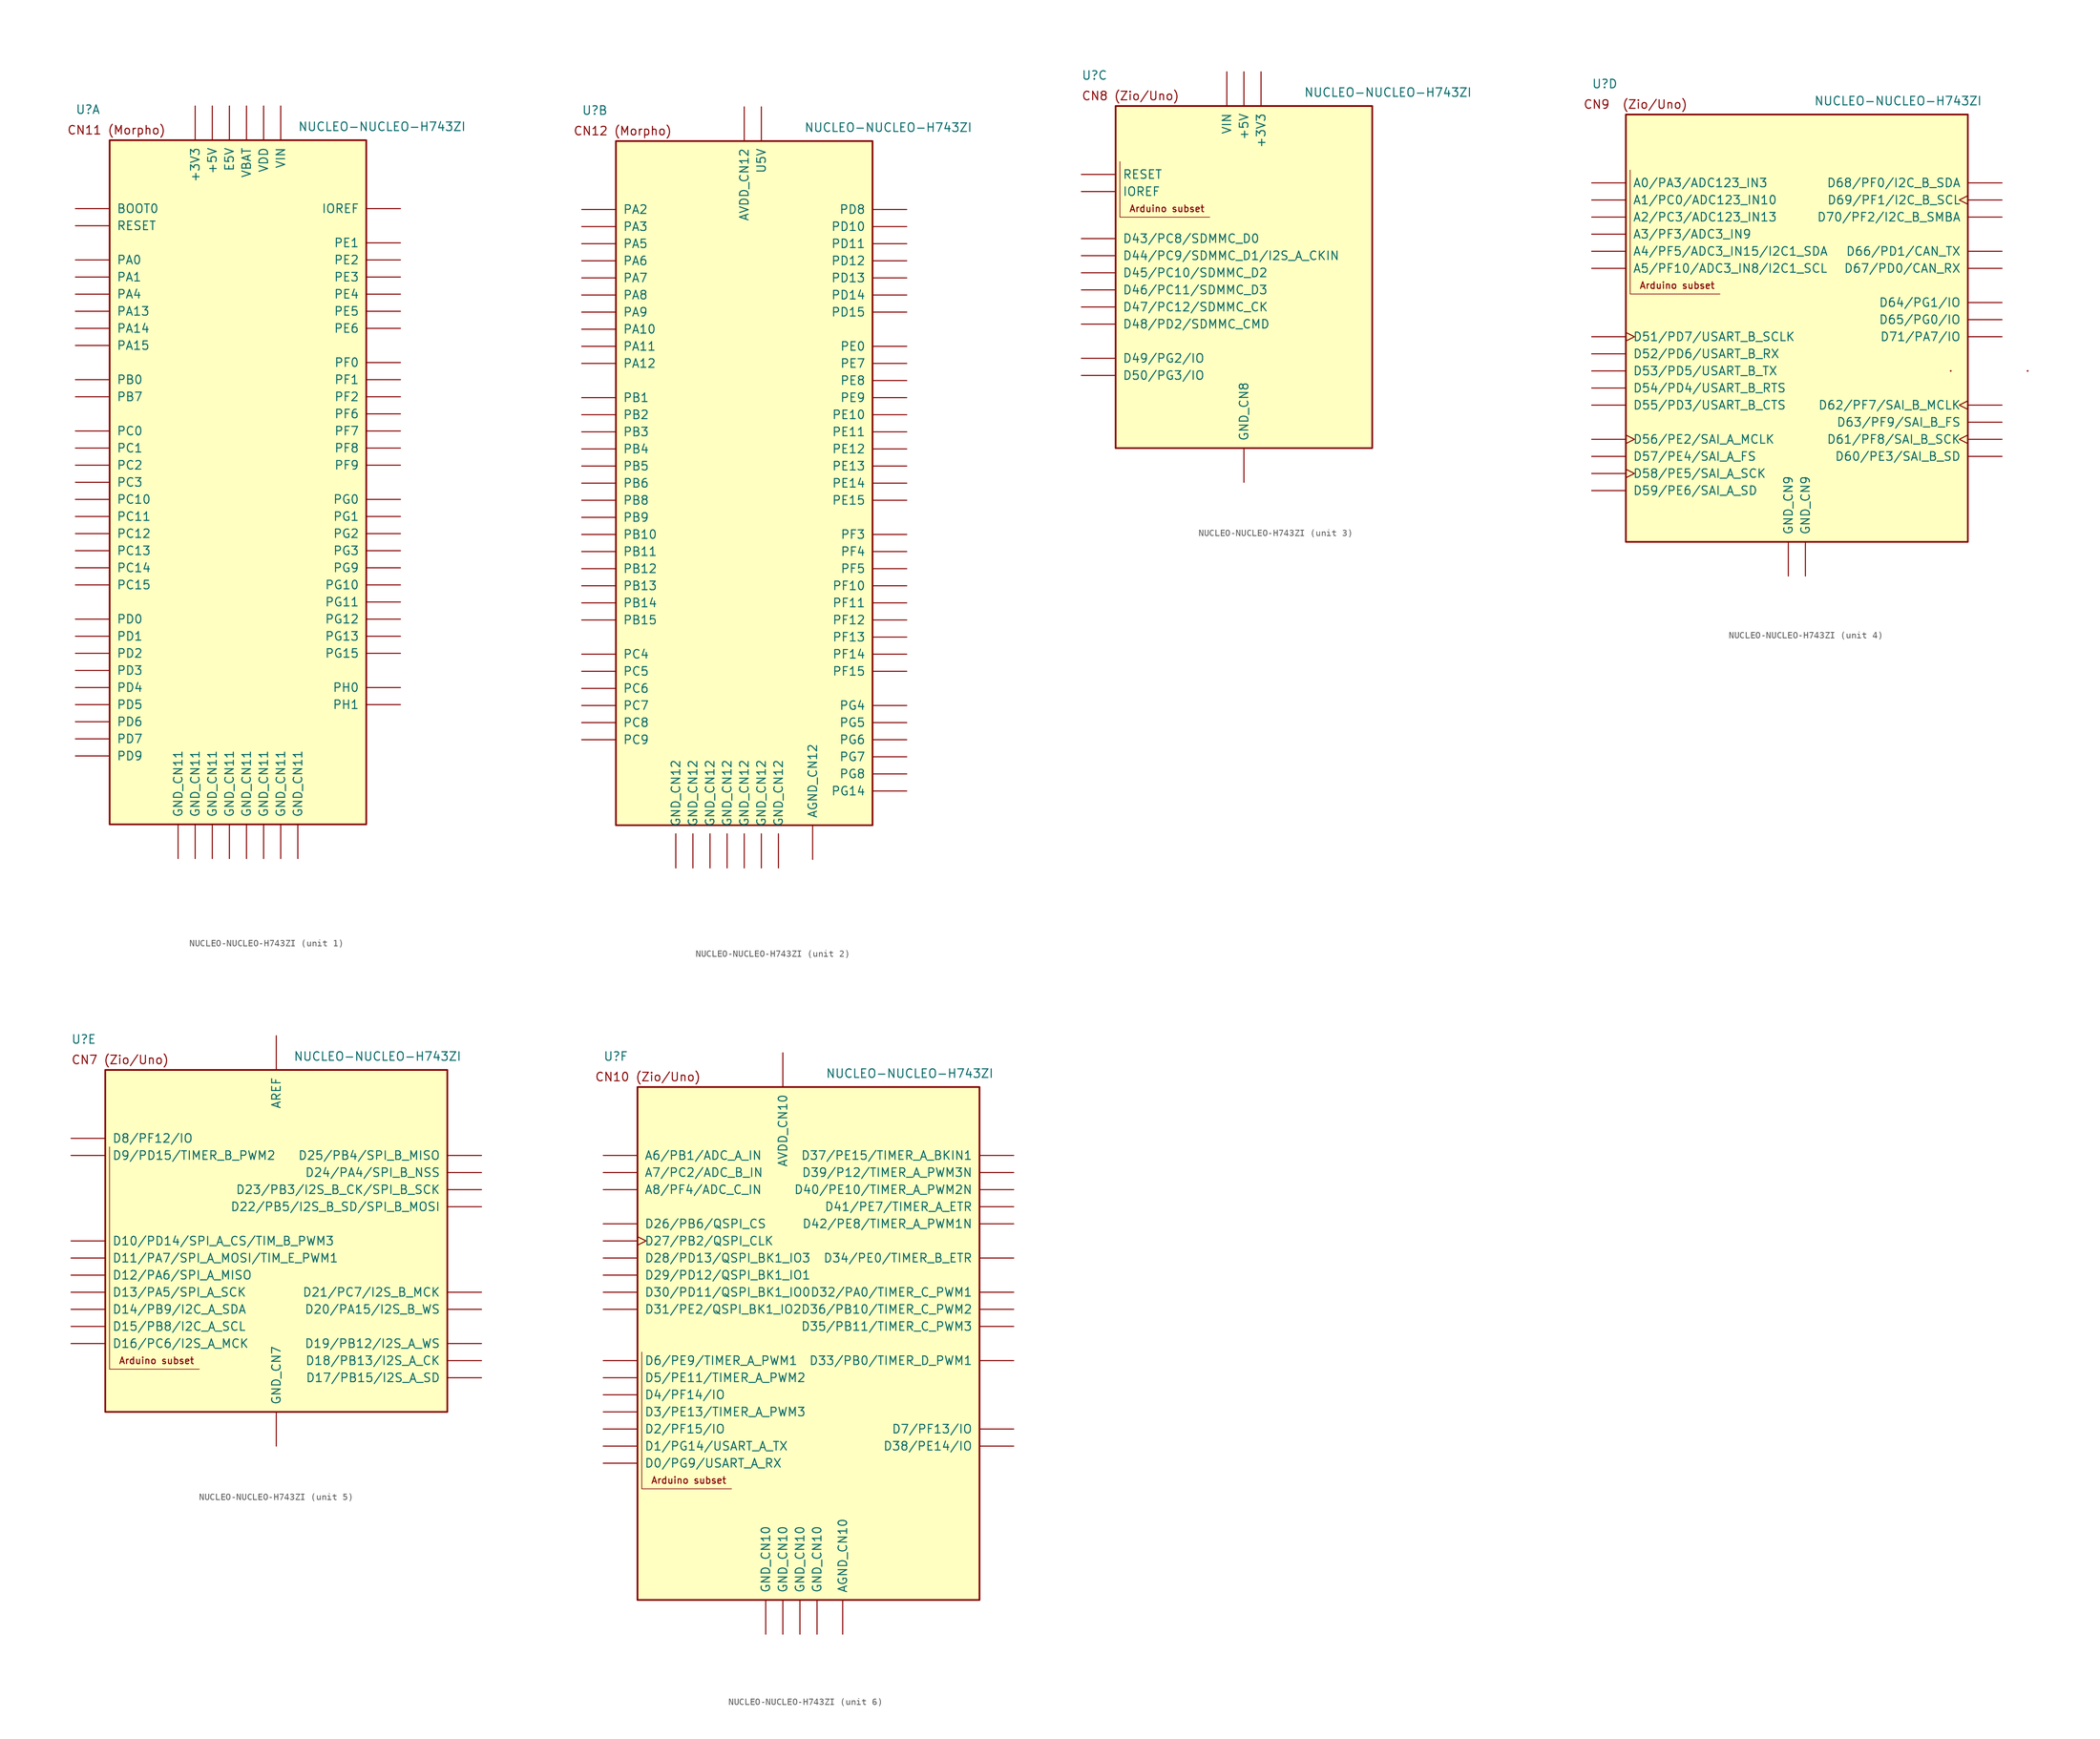
<source format=kicad_sym>
(kicad_symbol_lib
  (version 20220914)
  (generator kicad_symbol_editor)
  (symbol "NUCLEO-NUCLEO-H743ZI"
    (pin_numbers hide)
    (pin_names
      (offset 1.016))
    (property "Reference" "U"
      (at -5.08 3.81 0)
      (effects (font (size 1.27 1.27)) (justify left bottom)))
    (property "Value" "NUCLEO-NUCLEO-H743ZI"
      (at 27.94 1.27 0)
      (effects (font (size 1.27 1.27)) (justify left bottom)))
    (property "ki_locked" ""
      (at 0 0 0)
      (effects (font (size 1.27 1.27))))
    (symbol "NUCLEO-NUCLEO-H743ZI_1_0"
      (rectangle (start 0 0) (end 38.1 -101.6) (stroke (width 0.254) (type default)) (fill (type background)))
      (text "CN11 (Morpho)" (at -6.35 0.762 0) (effects (font (size 1.27 1.27)) (justify left bottom)))
      (pin bidirectional line (at -5.08 -53.34 0) (length 5.08) (name "PC10" (effects (font (size 1.27 1.27)))) (number "CN11_1" (effects (font (size 1.27 1.27)))))
      (pin bidirectional line (at 43.18 -43.18 180) (length 5.08) (name "PF7" (effects (font (size 1.27 1.27)))) (number "CN11_11" (effects (font (size 1.27 1.27)))))
      (pin bidirectional line (at 43.18 -10.16 180) (length 5.08) (name "IOREF" (effects (font (size 1.27 1.27)))) (number "CN11_12" (effects (font (size 1.27 1.27)))))
      (pin bidirectional line (at -5.08 -25.4 0) (length 5.08) (name "PA13" (effects (font (size 1.27 1.27)))) (number "CN11_13" (effects (font (size 1.27 1.27)))))
      (pin bidirectional line (at -5.08 -12.7 0) (length 5.08) (name "RESET" (effects (font (size 1.27 1.27)))) (number "CN11_14" (effects (font (size 1.27 1.27)))))
      (pin bidirectional line (at -5.08 -27.94 0) (length 5.08) (name "PA14" (effects (font (size 1.27 1.27)))) (number "CN11_15" (effects (font (size 1.27 1.27)))))
      (pin power_in line (at 12.7 5.08 270) (length 5.08) (name "+3V3" (effects (font (size 1.27 1.27)))) (number "CN11_16" (effects (font (size 1.27 1.27)))))
      (pin bidirectional line (at -5.08 -30.48 0) (length 5.08) (name "PA15" (effects (font (size 1.27 1.27)))) (number "CN11_17" (effects (font (size 1.27 1.27)))))
      (pin power_in line (at 15.24 5.08 270) (length 5.08) (name "+5V" (effects (font (size 1.27 1.27)))) (number "CN11_18" (effects (font (size 1.27 1.27)))))
      (pin power_in line (at 12.7 -106.68 90) (length 5.08) (name "GND_CN11" (effects (font (size 1.27 1.27)))) (number "CN11_19" (effects (font (size 1.27 1.27)))))
      (pin bidirectional line (at -5.08 -55.88 0) (length 5.08) (name "PC11" (effects (font (size 1.27 1.27)))) (number "CN11_2" (effects (font (size 1.27 1.27)))))
      (pin power_in line (at 15.24 -106.68 90) (length 5.08) (name "GND_CN11" (effects (font (size 1.27 1.27)))) (number "CN11_20" (effects (font (size 1.27 1.27)))))
      (pin bidirectional line (at -5.08 -38.1 0) (length 5.08) (name "PB7" (effects (font (size 1.27 1.27)))) (number "CN11_21" (effects (font (size 1.27 1.27)))))
      (pin power_in line (at 17.78 -106.68 90) (length 5.08) (name "GND_CN11" (effects (font (size 1.27 1.27)))) (number "CN11_22" (effects (font (size 1.27 1.27)))))
      (pin bidirectional line (at -5.08 -60.96 0) (length 5.08) (name "PC13" (effects (font (size 1.27 1.27)))) (number "CN11_23" (effects (font (size 1.27 1.27)))))
      (pin power_in line (at 25.4 5.08 270) (length 5.08) (name "VIN" (effects (font (size 1.27 1.27)))) (number "CN11_24" (effects (font (size 1.27 1.27)))))
      (pin bidirectional line (at -5.08 -63.5 0) (length 5.08) (name "PC14" (effects (font (size 1.27 1.27)))) (number "CN11_25" (effects (font (size 1.27 1.27)))))
      (pin bidirectional line (at -5.08 -66.04 0) (length 5.08) (name "PC15" (effects (font (size 1.27 1.27)))) (number "CN11_27" (effects (font (size 1.27 1.27)))))
      (pin bidirectional line (at -5.08 -17.78 0) (length 5.08) (name "PA0" (effects (font (size 1.27 1.27)))) (number "CN11_28" (effects (font (size 1.27 1.27)))))
      (pin bidirectional line (at 43.18 -81.28 180) (length 5.08) (name "PH0" (effects (font (size 1.27 1.27)))) (number "CN11_29" (effects (font (size 1.27 1.27)))))
      (pin bidirectional line (at -5.08 -58.42 0) (length 5.08) (name "PC12" (effects (font (size 1.27 1.27)))) (number "CN11_3" (effects (font (size 1.27 1.27)))))
      (pin bidirectional line (at -5.08 -20.32 0) (length 5.08) (name "PA1" (effects (font (size 1.27 1.27)))) (number "CN11_30" (effects (font (size 1.27 1.27)))))
      (pin bidirectional line (at 43.18 -83.82 180) (length 5.08) (name "PH1" (effects (font (size 1.27 1.27)))) (number "CN11_31" (effects (font (size 1.27 1.27)))))
      (pin bidirectional line (at -5.08 -22.86 0) (length 5.08) (name "PA4" (effects (font (size 1.27 1.27)))) (number "CN11_32" (effects (font (size 1.27 1.27)))))
      (pin power_in line (at 20.32 5.08 270) (length 5.08) (name "VBAT" (effects (font (size 1.27 1.27)))) (number "CN11_33" (effects (font (size 1.27 1.27)))))
      (pin bidirectional line (at -5.08 -35.56 0) (length 5.08) (name "PB0" (effects (font (size 1.27 1.27)))) (number "CN11_34" (effects (font (size 1.27 1.27)))))
      (pin bidirectional line (at -5.08 -48.26 0) (length 5.08) (name "PC2" (effects (font (size 1.27 1.27)))) (number "CN11_35" (effects (font (size 1.27 1.27)))))
      (pin bidirectional line (at -5.08 -45.72 0) (length 5.08) (name "PC1" (effects (font (size 1.27 1.27)))) (number "CN11_36" (effects (font (size 1.27 1.27)))))
      (pin bidirectional line (at -5.08 -50.8 0) (length 5.08) (name "PC3" (effects (font (size 1.27 1.27)))) (number "CN11_37" (effects (font (size 1.27 1.27)))))
      (pin bidirectional line (at -5.08 -43.18 0) (length 5.08) (name "PC0" (effects (font (size 1.27 1.27)))) (number "CN11_38" (effects (font (size 1.27 1.27)))))
      (pin bidirectional line (at -5.08 -81.28 0) (length 5.08) (name "PD4" (effects (font (size 1.27 1.27)))) (number "CN11_39" (effects (font (size 1.27 1.27)))))
      (pin bidirectional line (at -5.08 -76.2 0) (length 5.08) (name "PD2" (effects (font (size 1.27 1.27)))) (number "CN11_4" (effects (font (size 1.27 1.27)))))
      (pin bidirectional line (at -5.08 -78.74 0) (length 5.08) (name "PD3" (effects (font (size 1.27 1.27)))) (number "CN11_40" (effects (font (size 1.27 1.27)))))
      (pin bidirectional line (at -5.08 -83.82 0) (length 5.08) (name "PD5" (effects (font (size 1.27 1.27)))) (number "CN11_41" (effects (font (size 1.27 1.27)))))
      (pin bidirectional line (at 43.18 -58.42 180) (length 5.08) (name "PG2" (effects (font (size 1.27 1.27)))) (number "CN11_42" (effects (font (size 1.27 1.27)))))
      (pin bidirectional line (at -5.08 -86.36 0) (length 5.08) (name "PD6" (effects (font (size 1.27 1.27)))) (number "CN11_43" (effects (font (size 1.27 1.27)))))
      (pin bidirectional line (at 43.18 -60.96 180) (length 5.08) (name "PG3" (effects (font (size 1.27 1.27)))) (number "CN11_44" (effects (font (size 1.27 1.27)))))
      (pin bidirectional line (at -5.08 -88.9 0) (length 5.08) (name "PD7" (effects (font (size 1.27 1.27)))) (number "CN11_45" (effects (font (size 1.27 1.27)))))
      (pin bidirectional line (at 43.18 -17.78 180) (length 5.08) (name "PE2" (effects (font (size 1.27 1.27)))) (number "CN11_46" (effects (font (size 1.27 1.27)))))
      (pin bidirectional line (at 43.18 -20.32 180) (length 5.08) (name "PE3" (effects (font (size 1.27 1.27)))) (number "CN11_47" (effects (font (size 1.27 1.27)))))
      (pin bidirectional line (at 43.18 -22.86 180) (length 5.08) (name "PE4" (effects (font (size 1.27 1.27)))) (number "CN11_48" (effects (font (size 1.27 1.27)))))
      (pin power_in line (at 20.32 -106.68 90) (length 5.08) (name "GND_CN11" (effects (font (size 1.27 1.27)))) (number "CN11_49" (effects (font (size 1.27 1.27)))))
      (pin power_in line (at 22.86 5.08 270) (length 5.08) (name "VDD" (effects (font (size 1.27 1.27)))) (number "CN11_5" (effects (font (size 1.27 1.27)))))
      (pin power_in line (at 22.86 -106.68 90) (length 5.08) (name "GND_CN11" (effects (font (size 1.27 1.27)))) (number "CN11_50" (effects (font (size 1.27 1.27)))))
      (pin bidirectional line (at 43.18 -25.4 180) (length 5.08) (name "PE5" (effects (font (size 1.27 1.27)))) (number "CN11_50" (effects (font (size 1.27 1.27)))))
      (pin bidirectional line (at 43.18 -35.56 180) (length 5.08) (name "PF1" (effects (font (size 1.27 1.27)))) (number "CN11_51" (effects (font (size 1.27 1.27)))))
      (pin bidirectional line (at 43.18 -38.1 180) (length 5.08) (name "PF2" (effects (font (size 1.27 1.27)))) (number "CN11_52" (effects (font (size 1.27 1.27)))))
      (pin bidirectional line (at 43.18 -33.02 180) (length 5.08) (name "PF0" (effects (font (size 1.27 1.27)))) (number "CN11_53" (effects (font (size 1.27 1.27)))))
      (pin bidirectional line (at 43.18 -45.72 180) (length 5.08) (name "PF8" (effects (font (size 1.27 1.27)))) (number "CN11_54" (effects (font (size 1.27 1.27)))))
      (pin bidirectional line (at -5.08 -73.66 0) (length 5.08) (name "PD1" (effects (font (size 1.27 1.27)))) (number "CN11_55" (effects (font (size 1.27 1.27)))))
      (pin bidirectional line (at 43.18 -48.26 180) (length 5.08) (name "PF9" (effects (font (size 1.27 1.27)))) (number "CN11_56" (effects (font (size 1.27 1.27)))))
      (pin bidirectional line (at -5.08 -71.12 0) (length 5.08) (name "PD0" (effects (font (size 1.27 1.27)))) (number "CN11_57" (effects (font (size 1.27 1.27)))))
      (pin bidirectional line (at 43.18 -55.88 180) (length 5.08) (name "PG1" (effects (font (size 1.27 1.27)))) (number "CN11_58" (effects (font (size 1.27 1.27)))))
      (pin bidirectional line (at 43.18 -53.34 180) (length 5.08) (name "PG0" (effects (font (size 1.27 1.27)))) (number "CN11_59" (effects (font (size 1.27 1.27)))))
      (pin power_in line (at 17.78 5.08 270) (length 5.08) (name "E5V" (effects (font (size 1.27 1.27)))) (number "CN11_6" (effects (font (size 1.27 1.27)))))
      (pin bidirectional line (at 43.18 -15.24 180) (length 5.08) (name "PE1" (effects (font (size 1.27 1.27)))) (number "CN11_61" (effects (font (size 1.27 1.27)))))
      (pin bidirectional line (at 43.18 -27.94 180) (length 5.08) (name "PE6" (effects (font (size 1.27 1.27)))) (number "CN11_62" (effects (font (size 1.27 1.27)))))
      (pin bidirectional line (at 43.18 -63.5 180) (length 5.08) (name "PG9" (effects (font (size 1.27 1.27)))) (number "CN11_63" (effects (font (size 1.27 1.27)))))
      (pin bidirectional line (at 43.18 -76.2 180) (length 5.08) (name "PG15" (effects (font (size 1.27 1.27)))) (number "CN11_64" (effects (font (size 1.27 1.27)))))
      (pin bidirectional line (at 43.18 -71.12 180) (length 5.08) (name "PG12" (effects (font (size 1.27 1.27)))) (number "CN11_65" (effects (font (size 1.27 1.27)))))
      (pin bidirectional line (at 43.18 -66.04 180) (length 5.08) (name "PG10" (effects (font (size 1.27 1.27)))) (number "CN11_66" (effects (font (size 1.27 1.27)))))
      (pin bidirectional line (at 43.18 -73.66 180) (length 5.08) (name "PG13" (effects (font (size 1.27 1.27)))) (number "CN11_68" (effects (font (size 1.27 1.27)))))
      (pin bidirectional line (at -5.08 -91.44 0) (length 5.08) (name "PD9" (effects (font (size 1.27 1.27)))) (number "CN11_69" (effects (font (size 1.27 1.27)))))
      (pin bidirectional line (at -5.08 -10.16 0) (length 5.08) (name "BOOT0" (effects (font (size 1.27 1.27)))) (number "CN11_7" (effects (font (size 1.27 1.27)))))
      (pin bidirectional line (at 43.18 -68.58 180) (length 5.08) (name "PG11" (effects (font (size 1.27 1.27)))) (number "CN11_70" (effects (font (size 1.27 1.27)))))
      (pin power_in line (at 25.4 -106.68 90) (length 5.08) (name "GND_CN11" (effects (font (size 1.27 1.27)))) (number "CN11_71" (effects (font (size 1.27 1.27)))))
      (pin power_in line (at 27.94 -106.68 90) (length 5.08) (name "GND_CN11" (effects (font (size 1.27 1.27)))) (number "CN11_72" (effects (font (size 1.27 1.27)))))
      (pin power_in line (at 10.16 -106.68 90) (length 5.08) (name "GND_CN11" (effects (font (size 1.27 1.27)))) (number "CN11_8" (effects (font (size 1.27 1.27)))))
      (pin bidirectional line (at 43.18 -40.64 180) (length 5.08) (name "PF6" (effects (font (size 1.27 1.27)))) (number "CN11_9" (effects (font (size 1.27 1.27))))))
    (symbol "NUCLEO-NUCLEO-H743ZI_2_0"
      (rectangle (start 0 0) (end 38.1 -101.6) (stroke (width 0.254) (type default)) (fill (type background)))
      (text "CN12 (Morpho)" (at -6.35 0.762 0) (effects (font (size 1.27 1.27)) (justify left bottom)))
      (pin bidirectional line (at -5.08 -88.9 0) (length 5.08) (name "PC9" (effects (font (size 1.27 1.27)))) (number "CN12_1" (effects (font (size 1.27 1.27)))))
      (pin bidirectional line (at 43.18 -10.16 180) (length 5.08) (name "PD8" (effects (font (size 1.27 1.27)))) (number "CN12_10" (effects (font (size 1.27 1.27)))))
      (pin bidirectional line (at -5.08 -15.24 0) (length 5.08) (name "PA5" (effects (font (size 1.27 1.27)))) (number "CN12_11" (effects (font (size 1.27 1.27)))))
      (pin bidirectional line (at -5.08 -33.02 0) (length 5.08) (name "PA12" (effects (font (size 1.27 1.27)))) (number "CN12_12" (effects (font (size 1.27 1.27)))))
      (pin bidirectional line (at -5.08 -17.78 0) (length 5.08) (name "PA6" (effects (font (size 1.27 1.27)))) (number "CN12_13" (effects (font (size 1.27 1.27)))))
      (pin bidirectional line (at -5.08 -30.48 0) (length 5.08) (name "PA11" (effects (font (size 1.27 1.27)))) (number "CN12_14" (effects (font (size 1.27 1.27)))))
      (pin bidirectional line (at -5.08 -20.32 0) (length 5.08) (name "PA7" (effects (font (size 1.27 1.27)))) (number "CN12_15" (effects (font (size 1.27 1.27)))))
      (pin bidirectional line (at -5.08 -63.5 0) (length 5.08) (name "PB12" (effects (font (size 1.27 1.27)))) (number "CN12_16" (effects (font (size 1.27 1.27)))))
      (pin bidirectional line (at -5.08 -50.8 0) (length 5.08) (name "PB6" (effects (font (size 1.27 1.27)))) (number "CN12_17" (effects (font (size 1.27 1.27)))))
      (pin bidirectional line (at -5.08 -60.96 0) (length 5.08) (name "PB11" (effects (font (size 1.27 1.27)))) (number "CN12_18" (effects (font (size 1.27 1.27)))))
      (pin bidirectional line (at -5.08 -83.82 0) (length 5.08) (name "PC7" (effects (font (size 1.27 1.27)))) (number "CN12_19" (effects (font (size 1.27 1.27)))))
      (pin bidirectional line (at -5.08 -86.36 0) (length 5.08) (name "PC8" (effects (font (size 1.27 1.27)))) (number "CN12_2" (effects (font (size 1.27 1.27)))))
      (pin power_in line (at 11.43 -107.95 90) (length 5.08) (name "GND_CN12" (effects (font (size 1.27 1.27)))) (number "CN12_20" (effects (font (size 1.27 1.27)))))
      (pin bidirectional line (at -5.08 -25.4 0) (length 5.08) (name "PA9" (effects (font (size 1.27 1.27)))) (number "CN12_21" (effects (font (size 1.27 1.27)))))
      (pin bidirectional line (at -5.08 -40.64 0) (length 5.08) (name "PB2" (effects (font (size 1.27 1.27)))) (number "CN12_22" (effects (font (size 1.27 1.27)))))
      (pin bidirectional line (at -5.08 -22.86 0) (length 5.08) (name "PA8" (effects (font (size 1.27 1.27)))) (number "CN12_23" (effects (font (size 1.27 1.27)))))
      (pin bidirectional line (at -5.08 -38.1 0) (length 5.08) (name "PB1" (effects (font (size 1.27 1.27)))) (number "CN12_24" (effects (font (size 1.27 1.27)))))
      (pin bidirectional line (at -5.08 -58.42 0) (length 5.08) (name "PB10" (effects (font (size 1.27 1.27)))) (number "CN12_25" (effects (font (size 1.27 1.27)))))
      (pin bidirectional line (at -5.08 -71.12 0) (length 5.08) (name "PB15" (effects (font (size 1.27 1.27)))) (number "CN12_26" (effects (font (size 1.27 1.27)))))
      (pin bidirectional line (at -5.08 -45.72 0) (length 5.08) (name "PB4" (effects (font (size 1.27 1.27)))) (number "CN12_27" (effects (font (size 1.27 1.27)))))
      (pin bidirectional line (at -5.08 -68.58 0) (length 5.08) (name "PB14" (effects (font (size 1.27 1.27)))) (number "CN12_28" (effects (font (size 1.27 1.27)))))
      (pin bidirectional line (at -5.08 -48.26 0) (length 5.08) (name "PB5" (effects (font (size 1.27 1.27)))) (number "CN12_29" (effects (font (size 1.27 1.27)))))
      (pin bidirectional line (at -5.08 -53.34 0) (length 5.08) (name "PB8" (effects (font (size 1.27 1.27)))) (number "CN12_3" (effects (font (size 1.27 1.27)))))
      (pin bidirectional line (at -5.08 -66.04 0) (length 5.08) (name "PB13" (effects (font (size 1.27 1.27)))) (number "CN12_30" (effects (font (size 1.27 1.27)))))
      (pin bidirectional line (at -5.08 -43.18 0) (length 5.08) (name "PB3" (effects (font (size 1.27 1.27)))) (number "CN12_31" (effects (font (size 1.27 1.27)))))
      (pin power_in line (at 29.21 -106.68 90) (length 5.08) (name "AGND_CN12" (effects (font (size 1.27 1.27)))) (number "CN12_32" (effects (font (size 1.27 1.27)))))
      (pin bidirectional line (at -5.08 -27.94 0) (length 5.08) (name "PA10" (effects (font (size 1.27 1.27)))) (number "CN12_33" (effects (font (size 1.27 1.27)))))
      (pin bidirectional line (at -5.08 -76.2 0) (length 5.08) (name "PC4" (effects (font (size 1.27 1.27)))) (number "CN12_34" (effects (font (size 1.27 1.27)))))
      (pin bidirectional line (at -5.08 -10.16 0) (length 5.08) (name "PA2" (effects (font (size 1.27 1.27)))) (number "CN12_35" (effects (font (size 1.27 1.27)))))
      (pin bidirectional line (at 43.18 -63.5 180) (length 5.08) (name "PF5" (effects (font (size 1.27 1.27)))) (number "CN12_36" (effects (font (size 1.27 1.27)))))
      (pin bidirectional line (at -5.08 -12.7 0) (length 5.08) (name "PA3" (effects (font (size 1.27 1.27)))) (number "CN12_37" (effects (font (size 1.27 1.27)))))
      (pin bidirectional line (at 43.18 -60.96 180) (length 5.08) (name "PF4" (effects (font (size 1.27 1.27)))) (number "CN12_38" (effects (font (size 1.27 1.27)))))
      (pin power_in line (at 13.97 -107.95 90) (length 5.08) (name "GND_CN12" (effects (font (size 1.27 1.27)))) (number "CN12_39" (effects (font (size 1.27 1.27)))))
      (pin bidirectional line (at -5.08 -81.28 0) (length 5.08) (name "PC6" (effects (font (size 1.27 1.27)))) (number "CN12_4" (effects (font (size 1.27 1.27)))))
      (pin bidirectional line (at 43.18 -35.56 180) (length 5.08) (name "PE8" (effects (font (size 1.27 1.27)))) (number "CN12_40" (effects (font (size 1.27 1.27)))))
      (pin bidirectional line (at 43.18 -20.32 180) (length 5.08) (name "PD13" (effects (font (size 1.27 1.27)))) (number "CN12_41" (effects (font (size 1.27 1.27)))))
      (pin bidirectional line (at 43.18 -66.04 180) (length 5.08) (name "PF10" (effects (font (size 1.27 1.27)))) (number "CN12_42" (effects (font (size 1.27 1.27)))))
      (pin bidirectional line (at 43.18 -17.78 180) (length 5.08) (name "PD12" (effects (font (size 1.27 1.27)))) (number "CN12_43" (effects (font (size 1.27 1.27)))))
      (pin bidirectional line (at 43.18 -33.02 180) (length 5.08) (name "PE7" (effects (font (size 1.27 1.27)))) (number "CN12_44" (effects (font (size 1.27 1.27)))))
      (pin bidirectional line (at 43.18 -15.24 180) (length 5.08) (name "PD11" (effects (font (size 1.27 1.27)))) (number "CN12_45" (effects (font (size 1.27 1.27)))))
      (pin bidirectional line (at 43.18 -22.86 180) (length 5.08) (name "PD14" (effects (font (size 1.27 1.27)))) (number "CN12_46" (effects (font (size 1.27 1.27)))))
      (pin bidirectional line (at 43.18 -40.64 180) (length 5.08) (name "PE10" (effects (font (size 1.27 1.27)))) (number "CN12_47" (effects (font (size 1.27 1.27)))))
      (pin bidirectional line (at 43.18 -25.4 180) (length 5.08) (name "PD15" (effects (font (size 1.27 1.27)))) (number "CN12_48" (effects (font (size 1.27 1.27)))))
      (pin bidirectional line (at 43.18 -45.72 180) (length 5.08) (name "PE12" (effects (font (size 1.27 1.27)))) (number "CN12_49" (effects (font (size 1.27 1.27)))))
      (pin bidirectional line (at -5.08 -55.88 0) (length 5.08) (name "PB9" (effects (font (size 1.27 1.27)))) (number "CN12_5" (effects (font (size 1.27 1.27)))))
      (pin bidirectional line (at 43.18 -76.2 180) (length 5.08) (name "PF14" (effects (font (size 1.27 1.27)))) (number "CN12_50" (effects (font (size 1.27 1.27)))))
      (pin bidirectional line (at 43.18 -50.8 180) (length 5.08) (name "PE14" (effects (font (size 1.27 1.27)))) (number "CN12_51" (effects (font (size 1.27 1.27)))))
      (pin bidirectional line (at 43.18 -38.1 180) (length 5.08) (name "PE9" (effects (font (size 1.27 1.27)))) (number "CN12_52" (effects (font (size 1.27 1.27)))))
      (pin bidirectional line (at 43.18 -53.34 180) (length 5.08) (name "PE15" (effects (font (size 1.27 1.27)))) (number "CN12_53" (effects (font (size 1.27 1.27)))))
      (pin power_in line (at 16.51 -107.95 90) (length 5.08) (name "GND_CN12" (effects (font (size 1.27 1.27)))) (number "CN12_54" (effects (font (size 1.27 1.27)))))
      (pin bidirectional line (at 43.18 -48.26 180) (length 5.08) (name "PE13" (effects (font (size 1.27 1.27)))) (number "CN12_55" (effects (font (size 1.27 1.27)))))
      (pin bidirectional line (at 43.18 -43.18 180) (length 5.08) (name "PE11" (effects (font (size 1.27 1.27)))) (number "CN12_56" (effects (font (size 1.27 1.27)))))
      (pin bidirectional line (at 43.18 -73.66 180) (length 5.08) (name "PF13" (effects (font (size 1.27 1.27)))) (number "CN12_57" (effects (font (size 1.27 1.27)))))
      (pin bidirectional line (at 43.18 -58.42 180) (length 5.08) (name "PF3" (effects (font (size 1.27 1.27)))) (number "CN12_58" (effects (font (size 1.27 1.27)))))
      (pin bidirectional line (at 43.18 -71.12 180) (length 5.08) (name "PF12" (effects (font (size 1.27 1.27)))) (number "CN12_59" (effects (font (size 1.27 1.27)))))
      (pin bidirectional line (at -5.08 -78.74 0) (length 5.08) (name "PC5" (effects (font (size 1.27 1.27)))) (number "CN12_6" (effects (font (size 1.27 1.27)))))
      (pin bidirectional line (at 43.18 -78.74 180) (length 5.08) (name "PF15" (effects (font (size 1.27 1.27)))) (number "CN12_60" (effects (font (size 1.27 1.27)))))
      (pin bidirectional line (at 43.18 -96.52 180) (length 5.08) (name "PG14" (effects (font (size 1.27 1.27)))) (number "CN12_61" (effects (font (size 1.27 1.27)))))
      (pin bidirectional line (at 43.18 -68.58 180) (length 5.08) (name "PF11" (effects (font (size 1.27 1.27)))) (number "CN12_62" (effects (font (size 1.27 1.27)))))
      (pin power_in line (at 19.05 -107.95 90) (length 5.08) (name "GND_CN12" (effects (font (size 1.27 1.27)))) (number "CN12_63" (effects (font (size 1.27 1.27)))))
      (pin bidirectional line (at 43.18 -30.48 180) (length 5.08) (name "PE0" (effects (font (size 1.27 1.27)))) (number "CN12_64" (effects (font (size 1.27 1.27)))))
      (pin bidirectional line (at 43.18 -12.7 180) (length 5.08) (name "PD10" (effects (font (size 1.27 1.27)))) (number "CN12_65" (effects (font (size 1.27 1.27)))))
      (pin bidirectional line (at 43.18 -93.98 180) (length 5.08) (name "PG8" (effects (font (size 1.27 1.27)))) (number "CN12_66" (effects (font (size 1.27 1.27)))))
      (pin bidirectional line (at 43.18 -91.44 180) (length 5.08) (name "PG7" (effects (font (size 1.27 1.27)))) (number "CN12_67" (effects (font (size 1.27 1.27)))))
      (pin bidirectional line (at 43.18 -86.36 180) (length 5.08) (name "PG5" (effects (font (size 1.27 1.27)))) (number "CN12_68" (effects (font (size 1.27 1.27)))))
      (pin bidirectional line (at 43.18 -83.82 180) (length 5.08) (name "PG4" (effects (font (size 1.27 1.27)))) (number "CN12_69" (effects (font (size 1.27 1.27)))))
      (pin power_in line (at 19.05 5.08 270) (length 5.08) (name "AVDD_CN12" (effects (font (size 1.27 1.27)))) (number "CN12_7" (effects (font (size 1.27 1.27)))))
      (pin bidirectional line (at 43.18 -88.9 180) (length 5.08) (name "PG6" (effects (font (size 1.27 1.27)))) (number "CN12_70" (effects (font (size 1.27 1.27)))))
      (pin power_in line (at 21.59 -107.95 90) (length 5.08) (name "GND_CN12" (effects (font (size 1.27 1.27)))) (number "CN12_71" (effects (font (size 1.27 1.27)))))
      (pin power_in line (at 24.13 -107.95 90) (length 5.08) (name "GND_CN12" (effects (font (size 1.27 1.27)))) (number "CN12_72" (effects (font (size 1.27 1.27)))))
      (pin power_in line (at 21.59 5.08 270) (length 5.08) (name "U5V" (effects (font (size 1.27 1.27)))) (number "CN12_8" (effects (font (size 1.27 1.27)))))
      (pin power_in line (at 8.89 -107.95 90) (length 5.08) (name "GND_CN12" (effects (font (size 1.27 1.27)))) (number "CN12_9" (effects (font (size 1.27 1.27))))))
    (symbol "NUCLEO-NUCLEO-H743ZI_3_0"
      (polyline (pts (xy 0.635 -8.255) (xy 0.635 -16.51) (xy 13.97 -16.51)) (stroke (width 0.102) (type default)) (fill (type none)))
      (rectangle (start 0 0) (end 38.1 -50.8) (stroke (width 0.254) (type default)) (fill (type background)))
      (text "Arduino subset" (at 7.62 -15.24 0) (effects (font (size 0.991 0.991))))
      (text "CN8 (Zio/Uno)" (at -5.08 0.762 0) (effects (font (size 1.27 1.27)) (justify left bottom)))
      (pin bidirectional line (at -5.08 -29.845 0) (length 5.08) (name "D47/PC12/SDMMC_CK" (effects (font (size 1.27 1.27)))) (number "CN8_10" (effects (font (size 1.27 1.27)))))
      (pin bidirectional line (at -5.08 -32.385 0) (length 5.08) (name "D48/PD2/SDMMC_CMD" (effects (font (size 1.27 1.27)))) (number "CN8_12" (effects (font (size 1.27 1.27)))))
      (pin power_in line (at 19.05 -55.88 90) (length 5.08) (name "GND_CN8" (effects (font (size 1.27 1.27)))) (number "CN8_13" (effects (font (size 1.27 1.27)))))
      (pin bidirectional line (at -5.08 -37.465 0) (length 5.08) (name "D49/PG2/IO" (effects (font (size 1.27 1.27)))) (number "CN8_14" (effects (font (size 1.27 1.27)))))
      (pin power_in line (at 16.51 5.08 270) (length 5.08) (name "VIN" (effects (font (size 1.27 1.27)))) (number "CN8_15" (effects (font (size 1.27 1.27)))))
      (pin bidirectional line (at -5.08 -40.005 0) (length 5.08) (name "D50/PG3/IO" (effects (font (size 1.27 1.27)))) (number "CN8_16" (effects (font (size 1.27 1.27)))))
      (pin bidirectional line (at -5.08 -19.685 0) (length 5.08) (name "D43/PC8/SDMMC_D0" (effects (font (size 1.27 1.27)))) (number "CN8_2" (effects (font (size 1.27 1.27)))))
      (pin bidirectional line (at -5.08 -12.7 0) (length 5.08) (name "IOREF" (effects (font (size 1.27 1.27)))) (number "CN8_3" (effects (font (size 1.27 1.27)))))
      (pin bidirectional line (at -5.08 -22.225 0) (length 5.08) (name "D44/PC9/SDMMC_D1/I2S_A_CKIN" (effects (font (size 1.27 1.27)))) (number "CN8_4" (effects (font (size 1.27 1.27)))))
      (pin bidirectional line (at -5.08 -10.16 0) (length 5.08) (name "RESET" (effects (font (size 1.27 1.27)))) (number "CN8_5" (effects (font (size 1.27 1.27)))))
      (pin bidirectional line (at -5.08 -24.765 0) (length 5.08) (name "D45/PC10/SDMMC_D2" (effects (font (size 1.27 1.27)))) (number "CN8_6" (effects (font (size 1.27 1.27)))))
      (pin power_in line (at 21.59 5.08 270) (length 5.08) (name "+3V3" (effects (font (size 1.27 1.27)))) (number "CN8_7" (effects (font (size 1.27 1.27)))))
      (pin bidirectional line (at -5.08 -27.305 0) (length 5.08) (name "D46/PC11/SDMMC_D3" (effects (font (size 1.27 1.27)))) (number "CN8_8" (effects (font (size 1.27 1.27)))))
      (pin power_in line (at 19.05 5.08 270) (length 5.08) (name "+5V" (effects (font (size 1.27 1.27)))) (number "CN8_9" (effects (font (size 1.27 1.27))))))
    (symbol "NUCLEO-NUCLEO-H743ZI_4_0"
      (polyline (pts (xy 0.635 -8.255) (xy 0.635 -26.67) (xy 13.97 -26.67)) (stroke (width 0.102) (type default)) (fill (type none)))
      (rectangle (start 0 0) (end 50.8 -63.5) (stroke (width 0.254) (type default)) (fill (type background)))
      (rectangle (start 48.26 -38.1) (end 48.26 -38.1) (stroke (width 0.254) (type default)) (fill (type none)))
      (rectangle (start 59.69 -38.1) (end 59.69 -38.1) (stroke (width 0.254) (type default)) (fill (type none)))
      (text "Arduino subset" (at 7.62 -25.4 0) (effects (font (size 0.991 0.991))))
      (text "CN9  (Zio/Uno)" (at -6.35 0.762 0) (effects (font (size 1.27 1.27)) (justify left bottom)))
      (pin input line (at -5.08 -10.16 0) (length 5.08) (name "A0/PA3/ADC123_IN3" (effects (font (size 1.27 1.27)))) (number "CN9_1" (effects (font (size 1.27 1.27)))))
      (pin bidirectional line (at -5.08 -43.18 0) (length 5.08) (name "D55/PD3/USART_B_CTS" (effects (font (size 1.27 1.27)))) (number "CN9_10" (effects (font (size 1.27 1.27)))))
      (pin input line (at -5.08 -22.86 0) (length 5.08) (name "A5/PF10/ADC3_IN8/I2C1_SCL" (effects (font (size 1.27 1.27)))) (number "CN9_11" (effects (font (size 1.27 1.27)))))
      (pin power_in line (at 24.13 -68.58 90) (length 5.08) (name "GND_CN9" (effects (font (size 1.27 1.27)))) (number "CN9_12" (effects (font (size 1.27 1.27)))))
      (pin no_connect line (at 55.88 -38.1 180) (length 5.08) hide (name "D72/NC" (effects (font (size 1.27 1.27)))) (number "CN9_13" (effects (font (size 1.27 1.27)))))
      (pin bidirectional clock (at -5.08 -48.26 0) (length 5.08) (name "D56/PE2/SAI_A_MCLK" (effects (font (size 1.27 1.27)))) (number "CN9_14" (effects (font (size 1.27 1.27)))))
      (pin bidirectional line (at 55.88 -33.02 180) (length 5.08) (name "D71/PA7/IO" (effects (font (size 1.27 1.27)))) (number "CN9_15" (effects (font (size 1.27 1.27)))))
      (pin bidirectional line (at -5.08 -50.8 0) (length 5.08) (name "D57/PE4/SAI_A_FS" (effects (font (size 1.27 1.27)))) (number "CN9_16" (effects (font (size 1.27 1.27)))))
      (pin bidirectional line (at 55.88 -15.24 180) (length 5.08) (name "D70/PF2/I2C_B_SMBA" (effects (font (size 1.27 1.27)))) (number "CN9_17" (effects (font (size 1.27 1.27)))))
      (pin bidirectional clock (at -5.08 -53.34 0) (length 5.08) (name "D58/PE5/SAI_A_SCK" (effects (font (size 1.27 1.27)))) (number "CN9_18" (effects (font (size 1.27 1.27)))))
      (pin bidirectional clock (at 55.88 -12.7 180) (length 5.08) (name "D69/PF1/I2C_B_SCL" (effects (font (size 1.27 1.27)))) (number "CN9_19" (effects (font (size 1.27 1.27)))))
      (pin bidirectional clock (at -5.08 -33.02 0) (length 5.08) (name "D51/PD7/USART_B_SCLK" (effects (font (size 1.27 1.27)))) (number "CN9_2" (effects (font (size 1.27 1.27)))))
      (pin bidirectional line (at -5.08 -55.88 0) (length 5.08) (name "D59/PE6/SAI_A_SD" (effects (font (size 1.27 1.27)))) (number "CN9_20" (effects (font (size 1.27 1.27)))))
      (pin bidirectional line (at 55.88 -10.16 180) (length 5.08) (name "D68/PF0/I2C_B_SDA" (effects (font (size 1.27 1.27)))) (number "CN9_21" (effects (font (size 1.27 1.27)))))
      (pin bidirectional line (at 55.88 -50.8 180) (length 5.08) (name "D60/PE3/SAI_B_SD" (effects (font (size 1.27 1.27)))) (number "CN9_22" (effects (font (size 1.27 1.27)))))
      (pin power_in line (at 26.67 -68.58 90) (length 5.08) (name "GND_CN9" (effects (font (size 1.27 1.27)))) (number "CN9_23" (effects (font (size 1.27 1.27)))))
      (pin bidirectional clock (at 55.88 -48.26 180) (length 5.08) (name "D61/PF8/SAI_B_SCK" (effects (font (size 1.27 1.27)))) (number "CN9_24" (effects (font (size 1.27 1.27)))))
      (pin input line (at 55.88 -22.86 180) (length 5.08) (name "D67/PD0/CAN_RX" (effects (font (size 1.27 1.27)))) (number "CN9_25" (effects (font (size 1.27 1.27)))))
      (pin bidirectional clock (at 55.88 -43.18 180) (length 5.08) (name "D62/PF7/SAI_B_MCLK" (effects (font (size 1.27 1.27)))) (number "CN9_26" (effects (font (size 1.27 1.27)))))
      (pin output line (at 55.88 -20.32 180) (length 5.08) (name "D66/PD1/CAN_TX" (effects (font (size 1.27 1.27)))) (number "CN9_27" (effects (font (size 1.27 1.27)))))
      (pin bidirectional line (at 55.88 -45.72 180) (length 5.08) (name "D63/PF9/SAI_B_FS" (effects (font (size 1.27 1.27)))) (number "CN9_28" (effects (font (size 1.27 1.27)))))
      (pin bidirectional line (at 55.88 -30.48 180) (length 5.08) (name "D65/PG0/IO" (effects (font (size 1.27 1.27)))) (number "CN9_29" (effects (font (size 1.27 1.27)))))
      (pin input line (at -5.08 -12.7 0) (length 5.08) (name "A1/PC0/ADC123_IN10" (effects (font (size 1.27 1.27)))) (number "CN9_3" (effects (font (size 1.27 1.27)))))
      (pin bidirectional line (at 55.88 -27.94 180) (length 5.08) (name "D64/PG1/IO" (effects (font (size 1.27 1.27)))) (number "CN9_30" (effects (font (size 1.27 1.27)))))
      (pin bidirectional line (at -5.08 -35.56 0) (length 5.08) (name "D52/PD6/USART_B_RX" (effects (font (size 1.27 1.27)))) (number "CN9_4" (effects (font (size 1.27 1.27)))))
      (pin input line (at -5.08 -15.24 0) (length 5.08) (name "A2/PC3/ADC123_IN13" (effects (font (size 1.27 1.27)))) (number "CN9_5" (effects (font (size 1.27 1.27)))))
      (pin bidirectional line (at -5.08 -38.1 0) (length 5.08) (name "D53/PD5/USART_B_TX" (effects (font (size 1.27 1.27)))) (number "CN9_6" (effects (font (size 1.27 1.27)))))
      (pin input line (at -5.08 -17.78 0) (length 5.08) (name "A3/PF3/ADC3_IN9" (effects (font (size 1.27 1.27)))) (number "CN9_7" (effects (font (size 1.27 1.27)))))
      (pin bidirectional line (at -5.08 -40.64 0) (length 5.08) (name "D54/PD4/USART_B_RTS" (effects (font (size 1.27 1.27)))) (number "CN9_8" (effects (font (size 1.27 1.27)))))
      (pin input line (at -5.08 -20.32 0) (length 5.08) (name "A4/PF5/ADC3_IN15/I2C1_SDA" (effects (font (size 1.27 1.27)))) (number "CN9_9" (effects (font (size 1.27 1.27))))))
    (symbol "NUCLEO-NUCLEO-H743ZI_5_0"
      (polyline (pts (xy 0.635 -11.43) (xy 0.635 -44.45) (xy 13.97 -44.45)) (stroke (width 0.102) (type default)) (fill (type none)))
      (rectangle (start 0 0) (end 50.8 -50.8) (stroke (width 0.254) (type default)) (fill (type background)))
      (text "Arduino subset" (at 7.62 -43.18 0) (effects (font (size 0.991 0.991))))
      (text "CN7 (Zio/Uno)" (at -5.08 0.762 0) (effects (font (size 1.27 1.27)) (justify left bottom)))
      (pin bidirectional line (at -5.08 -40.64 0) (length 5.08) (name "D16/PC6/I2S_A_MCK" (effects (font (size 1.27 1.27)))) (number "CN7_1" (effects (font (size 1.27 1.27)))))
      (pin bidirectional line (at -5.08 -33.02 0) (length 5.08) (name "D13/PA5/SPI_A_SCK" (effects (font (size 1.27 1.27)))) (number "CN7_10" (effects (font (size 1.27 1.27)))))
      (pin bidirectional line (at 55.88 -33.02 180) (length 5.08) (name "D21/PC7/I2S_B_MCK" (effects (font (size 1.27 1.27)))) (number "CN7_11" (effects (font (size 1.27 1.27)))))
      (pin bidirectional line (at -5.08 -30.48 0) (length 5.08) (name "D12/PA6/SPI_A_MISO" (effects (font (size 1.27 1.27)))) (number "CN7_12" (effects (font (size 1.27 1.27)))))
      (pin bidirectional line (at 55.88 -20.32 180) (length 5.08) (name "D22/PB5/I2S_B_SD/SPI_B_MOSI" (effects (font (size 1.27 1.27)))) (number "CN7_13" (effects (font (size 1.27 1.27)))))
      (pin bidirectional line (at -5.08 -27.94 0) (length 5.08) (name "D11/PA7/SPI_A_MOSI/TIM_E_PWM1" (effects (font (size 1.27 1.27)))) (number "CN7_14" (effects (font (size 1.27 1.27)))))
      (pin bidirectional line (at 55.88 -17.78 180) (length 5.08) (name "D23/PB3/I2S_B_CK/SPI_B_SCK" (effects (font (size 1.27 1.27)))) (number "CN7_15" (effects (font (size 1.27 1.27)))))
      (pin bidirectional line (at -5.08 -25.4 0) (length 5.08) (name "D10/PD14/SPI_A_CS/TIM_B_PWM3" (effects (font (size 1.27 1.27)))) (number "CN7_16" (effects (font (size 1.27 1.27)))))
      (pin bidirectional line (at 55.88 -15.24 180) (length 5.08) (name "D24/PA4/SPI_B_NSS" (effects (font (size 1.27 1.27)))) (number "CN7_17" (effects (font (size 1.27 1.27)))))
      (pin bidirectional line (at -5.08 -12.7 0) (length 5.08) (name "D9/PD15/TIMER_B_PWM2" (effects (font (size 1.27 1.27)))) (number "CN7_18" (effects (font (size 1.27 1.27)))))
      (pin bidirectional line (at 55.88 -12.7 180) (length 5.08) (name "D25/PB4/SPI_B_MISO" (effects (font (size 1.27 1.27)))) (number "CN7_19" (effects (font (size 1.27 1.27)))))
      (pin bidirectional line (at -5.08 -38.1 0) (length 5.08) (name "D15/PB8/I2C_A_SCL" (effects (font (size 1.27 1.27)))) (number "CN7_2" (effects (font (size 1.27 1.27)))))
      (pin bidirectional line (at -5.08 -10.16 0) (length 5.08) (name "D8/PF12/IO" (effects (font (size 1.27 1.27)))) (number "CN7_20" (effects (font (size 1.27 1.27)))))
      (pin bidirectional line (at 55.88 -45.72 180) (length 5.08) (name "D17/PB15/I2S_A_SD" (effects (font (size 1.27 1.27)))) (number "CN7_3" (effects (font (size 1.27 1.27)))))
      (pin bidirectional line (at -5.08 -35.56 0) (length 5.08) (name "D14/PB9/I2C_A_SDA" (effects (font (size 1.27 1.27)))) (number "CN7_4" (effects (font (size 1.27 1.27)))))
      (pin bidirectional line (at 55.88 -43.18 180) (length 5.08) (name "D18/PB13/I2S_A_CK" (effects (font (size 1.27 1.27)))) (number "CN7_5" (effects (font (size 1.27 1.27)))))
      (pin power_in line (at 25.4 5.08 270) (length 5.08) (name "AREF" (effects (font (size 1.27 1.27)))) (number "CN7_6" (effects (font (size 1.27 1.27)))))
      (pin bidirectional line (at 55.88 -40.64 180) (length 5.08) (name "D19/PB12/I2S_A_WS" (effects (font (size 1.27 1.27)))) (number "CN7_7" (effects (font (size 1.27 1.27)))))
      (pin power_in line (at 25.4 -55.88 90) (length 5.08) (name "GND_CN7" (effects (font (size 1.27 1.27)))) (number "CN7_8" (effects (font (size 1.27 1.27)))))
      (pin bidirectional line (at 55.88 -35.56 180) (length 5.08) (name "D20/PA15/I2S_B_WS" (effects (font (size 1.27 1.27)))) (number "CN7_9" (effects (font (size 1.27 1.27))))))
    (symbol "NUCLEO-NUCLEO-H743ZI_6_0"
      (polyline (pts (xy 0.635 -39.37) (xy 0.635 -59.69) (xy 13.97 -59.69)) (stroke (width 0.102) (type default)) (fill (type none)))
      (rectangle (start 0 0) (end 50.8 -76.2) (stroke (width 0.254) (type default)) (fill (type background)))
      (text "Arduino subset" (at 7.62 -58.42 0) (effects (font (size 0.991 0.991))))
      (text "CN10 (Zio/Uno)" (at -6.35 0.762 0) (effects (font (size 1.27 1.27)) (justify left bottom)))
      (pin power_in line (at 21.59 5.08 270) (length 5.08) (name "AVDD_CN10" (effects (font (size 1.27 1.27)))) (number "CN10_1" (effects (font (size 1.27 1.27)))))
      (pin bidirectional line (at -5.08 -48.26 0) (length 5.08) (name "D3/PE13/TIMER_A_PWM3" (effects (font (size 1.27 1.27)))) (number "CN10_10" (effects (font (size 1.27 1.27)))))
      (pin input line (at -5.08 -15.24 0) (length 5.08) (name "A8/PF4/ADC_C_IN" (effects (font (size 1.27 1.27)))) (number "CN10_11" (effects (font (size 1.27 1.27)))))
      (pin bidirectional line (at -5.08 -50.8 0) (length 5.08) (name "D2/PF15/IO" (effects (font (size 1.27 1.27)))) (number "CN10_12" (effects (font (size 1.27 1.27)))))
      (pin bidirectional line (at -5.08 -20.32 0) (length 5.08) (name "D26/PB6/QSPI_CS" (effects (font (size 1.27 1.27)))) (number "CN10_13" (effects (font (size 1.27 1.27)))))
      (pin output line (at -5.08 -53.34 0) (length 5.08) (name "D1/PG14/USART_A_TX" (effects (font (size 1.27 1.27)))) (number "CN10_14" (effects (font (size 1.27 1.27)))))
      (pin bidirectional clock (at -5.08 -22.86 0) (length 5.08) (name "D27/PB2/QSPI_CLK" (effects (font (size 1.27 1.27)))) (number "CN10_15" (effects (font (size 1.27 1.27)))))
      (pin input line (at -5.08 -55.88 0) (length 5.08) (name "D0/PG9/USART_A_RX" (effects (font (size 1.27 1.27)))) (number "CN10_16" (effects (font (size 1.27 1.27)))))
      (pin power_in line (at 21.59 -81.28 90) (length 5.08) (name "GND_CN10" (effects (font (size 1.27 1.27)))) (number "CN10_17" (effects (font (size 1.27 1.27)))))
      (pin bidirectional line (at 55.88 -20.32 180) (length 5.08) (name "D42/PE8/TIMER_A_PWM1N" (effects (font (size 1.27 1.27)))) (number "CN10_18" (effects (font (size 1.27 1.27)))))
      (pin bidirectional line (at -5.08 -25.4 0) (length 5.08) (name "D28/PD13/QSPI_BK1_IO3" (effects (font (size 1.27 1.27)))) (number "CN10_19" (effects (font (size 1.27 1.27)))))
      (pin bidirectional line (at 55.88 -50.8 180) (length 5.08) (name "D7/PF13/IO" (effects (font (size 1.27 1.27)))) (number "CN10_2" (effects (font (size 1.27 1.27)))))
      (pin bidirectional line (at 55.88 -17.78 180) (length 5.08) (name "D41/PE7/TIMER_A_ETR" (effects (font (size 1.27 1.27)))) (number "CN10_20" (effects (font (size 1.27 1.27)))))
      (pin bidirectional line (at -5.08 -27.94 0) (length 5.08) (name "D29/PD12/QSPI_BK1_IO1" (effects (font (size 1.27 1.27)))) (number "CN10_21" (effects (font (size 1.27 1.27)))))
      (pin power_in line (at 24.13 -81.28 90) (length 5.08) (name "GND_CN10" (effects (font (size 1.27 1.27)))) (number "CN10_22" (effects (font (size 1.27 1.27)))))
      (pin bidirectional line (at -5.08 -30.48 0) (length 5.08) (name "D30/PD11/QSPI_BK1_IO0" (effects (font (size 1.27 1.27)))) (number "CN10_23" (effects (font (size 1.27 1.27)))))
      (pin bidirectional line (at 55.88 -15.24 180) (length 5.08) (name "D40/PE10/TIMER_A_PWM2N" (effects (font (size 1.27 1.27)))) (number "CN10_24" (effects (font (size 1.27 1.27)))))
      (pin bidirectional line (at -5.08 -33.02 0) (length 5.08) (name "D31/PE2/QSPI_BK1_IO2" (effects (font (size 1.27 1.27)))) (number "CN10_25" (effects (font (size 1.27 1.27)))))
      (pin bidirectional line (at 55.88 -12.7 180) (length 5.08) (name "D39/P12/TIMER_A_PWM3N" (effects (font (size 1.27 1.27)))) (number "CN10_26" (effects (font (size 1.27 1.27)))))
      (pin power_in line (at 26.67 -81.28 90) (length 5.08) (name "GND_CN10" (effects (font (size 1.27 1.27)))) (number "CN10_27" (effects (font (size 1.27 1.27)))))
      (pin bidirectional line (at 55.88 -53.34 180) (length 5.08) (name "D38/PE14/IO" (effects (font (size 1.27 1.27)))) (number "CN10_28" (effects (font (size 1.27 1.27)))))
      (pin bidirectional line (at 55.88 -30.48 180) (length 5.08) (name "D32/PA0/TIMER_C_PWM1" (effects (font (size 1.27 1.27)))) (number "CN10_29" (effects (font (size 1.27 1.27)))))
      (pin power_in line (at 30.48 -81.28 90) (length 5.08) (name "AGND_CN10" (effects (font (size 1.27 1.27)))) (number "CN10_3" (effects (font (size 1.27 1.27)))))
      (pin bidirectional line (at 55.88 -10.16 180) (length 5.08) (name "D37/PE15/TIMER_A_BKIN1" (effects (font (size 1.27 1.27)))) (number "CN10_30" (effects (font (size 1.27 1.27)))))
      (pin bidirectional line (at 55.88 -40.64 180) (length 5.08) (name "D33/PB0/TIMER_D_PWM1" (effects (font (size 1.27 1.27)))) (number "CN10_31" (effects (font (size 1.27 1.27)))))
      (pin bidirectional line (at 55.88 -33.02 180) (length 5.08) (name "D36/PB10/TIMER_C_PWM2" (effects (font (size 1.27 1.27)))) (number "CN10_32" (effects (font (size 1.27 1.27)))))
      (pin bidirectional line (at 55.88 -25.4 180) (length 5.08) (name "D34/PE0/TIMER_B_ETR" (effects (font (size 1.27 1.27)))) (number "CN10_33" (effects (font (size 1.27 1.27)))))
      (pin bidirectional line (at 55.88 -35.56 180) (length 5.08) (name "D35/PB11/TIMER_C_PWM3" (effects (font (size 1.27 1.27)))) (number "CN10_34" (effects (font (size 1.27 1.27)))))
      (pin bidirectional line (at -5.08 -40.64 0) (length 5.08) (name "D6/PE9/TIMER_A_PWM1" (effects (font (size 1.27 1.27)))) (number "CN10_4" (effects (font (size 1.27 1.27)))))
      (pin power_in line (at 19.05 -81.28 90) (length 5.08) (name "GND_CN10" (effects (font (size 1.27 1.27)))) (number "CN10_5" (effects (font (size 1.27 1.27)))))
      (pin bidirectional line (at -5.08 -43.18 0) (length 5.08) (name "D5/PE11/TIMER_A_PWM2" (effects (font (size 1.27 1.27)))) (number "CN10_6" (effects (font (size 1.27 1.27)))))
      (pin input line (at -5.08 -10.16 0) (length 5.08) (name "A6/PB1/ADC_A_IN" (effects (font (size 1.27 1.27)))) (number "CN10_7" (effects (font (size 1.27 1.27)))))
      (pin bidirectional line (at -5.08 -45.72 0) (length 5.08) (name "D4/PF14/IO" (effects (font (size 1.27 1.27)))) (number "CN10_8" (effects (font (size 1.27 1.27)))))
      (pin input line (at -5.08 -12.7 0) (length 5.08) (name "A7/PC2/ADC_B_IN" (effects (font (size 1.27 1.27)))) (number "CN10_9" (effects (font (size 1.27 1.27))))))))
</source>
